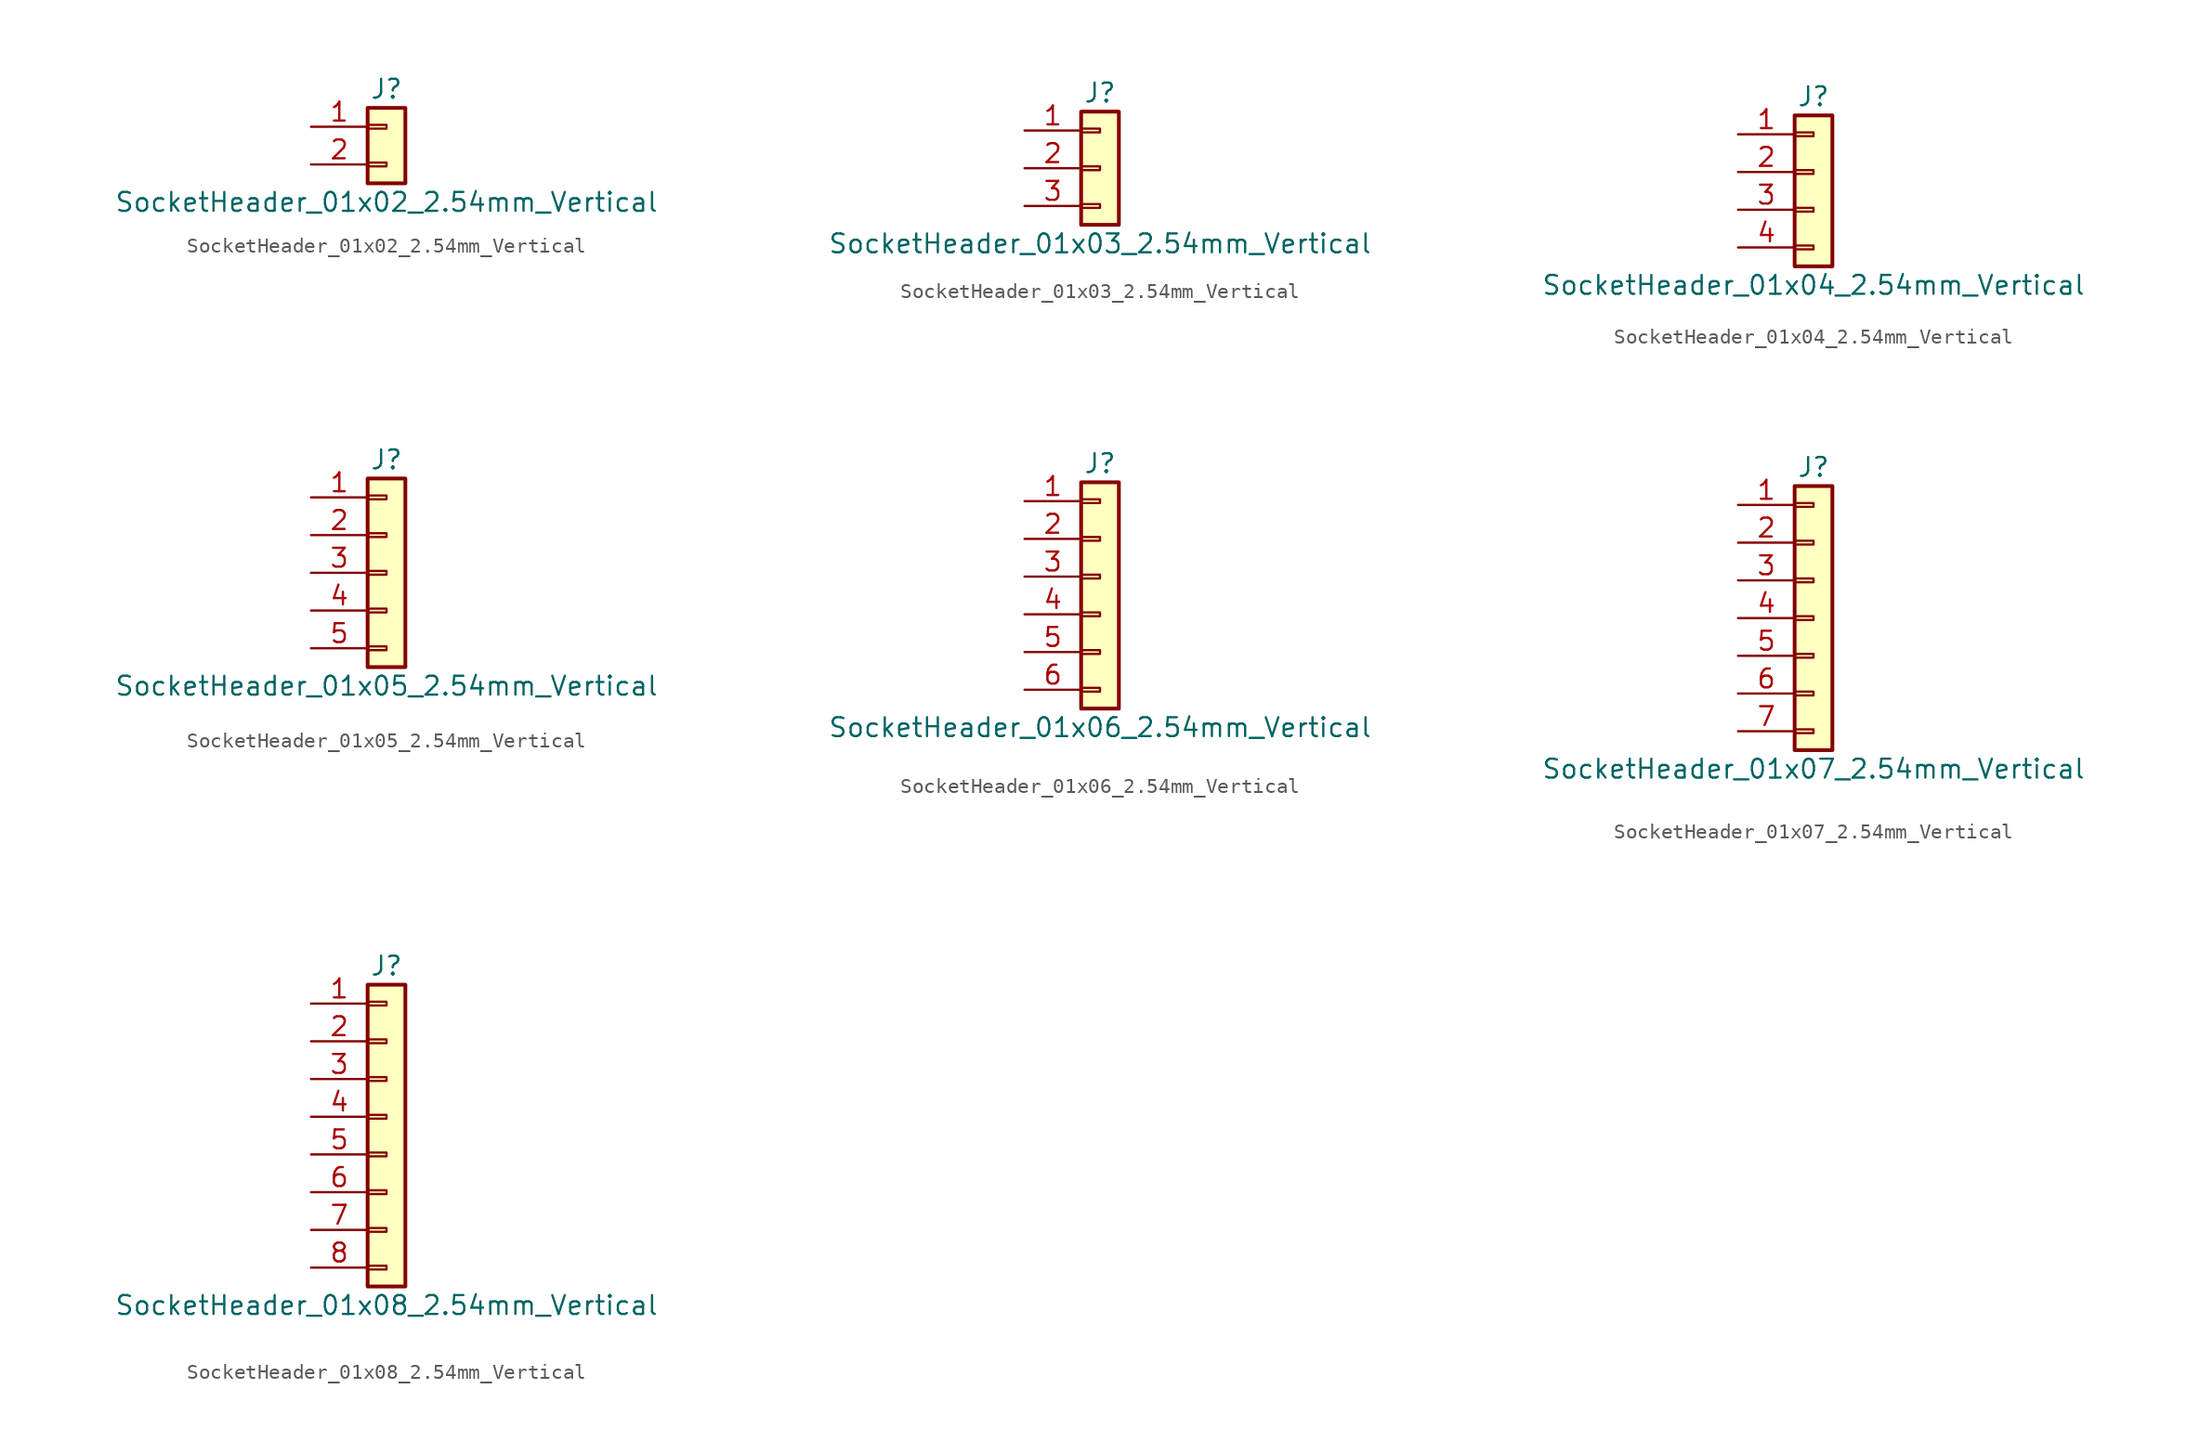
<source format=kicad_sym>
(kicad_symbol_lib
  (version 20241209)
  (generator "kicad_symbol_editor")
  (generator_version "9.0")
  (symbol "SocketHeader_01x02_2.54mm_Vertical"
    (pin_names
      (offset 1.016)
      (hide yes))
    (property "Reference" "J"
      (at 0 2.54 0)
      (effects (font (size 1.27 1.27))))
    (property "Value" "SocketHeader_01x02_2.54mm_Vertical"
      (at 0 -5.08 0)
      (effects (font (size 1.27 1.27))))
    (symbol "SocketHeader_01x02_2.54mm_Vertical_1_1"
      (rectangle (start -1.27 1.27) (end 1.27 -3.81) (stroke (width 0.254) (type default)) (fill (type background)))
      (rectangle (start -1.27 0.127) (end 0 -0.127) (stroke (width 0.152) (type default)) (fill (type none)))
      (rectangle (start -1.27 -2.413) (end 0 -2.667) (stroke (width 0.152) (type default)) (fill (type none)))
      (pin passive line (at -5.08 0 0) (length 3.81) (name "Pin_1" (effects (font (size 1.27 1.27)))) (number "1" (effects (font (size 1.27 1.27)))))
      (pin passive line (at -5.08 -2.54 0) (length 3.81) (name "Pin_2" (effects (font (size 1.27 1.27)))) (number "2" (effects (font (size 1.27 1.27)))))))
  (symbol "SocketHeader_01x03_2.54mm_Vertical"
    (pin_names
      (offset 1.016)
      (hide yes))
    (property "Reference" "J"
      (at 0 5.08 0)
      (effects (font (size 1.27 1.27))))
    (property "Value" "SocketHeader_01x03_2.54mm_Vertical"
      (at 0 -5.08 0)
      (effects (font (size 1.27 1.27))))
    (symbol "SocketHeader_01x03_2.54mm_Vertical_1_1"
      (rectangle (start -1.27 3.81) (end 1.27 -3.81) (stroke (width 0.254) (type default)) (fill (type background)))
      (rectangle (start -1.27 2.667) (end 0 2.413) (stroke (width 0.152) (type default)) (fill (type none)))
      (rectangle (start -1.27 0.127) (end 0 -0.127) (stroke (width 0.152) (type default)) (fill (type none)))
      (rectangle (start -1.27 -2.413) (end 0 -2.667) (stroke (width 0.152) (type default)) (fill (type none)))
      (pin passive line (at -5.08 2.54 0) (length 3.81) (name "Pin_1" (effects (font (size 1.27 1.27)))) (number "1" (effects (font (size 1.27 1.27)))))
      (pin passive line (at -5.08 0 0) (length 3.81) (name "Pin_2" (effects (font (size 1.27 1.27)))) (number "2" (effects (font (size 1.27 1.27)))))
      (pin passive line (at -5.08 -2.54 0) (length 3.81) (name "Pin_3" (effects (font (size 1.27 1.27)))) (number "3" (effects (font (size 1.27 1.27)))))))
  (symbol "SocketHeader_01x04_2.54mm_Vertical"
    (pin_names
      (offset 1.016)
      (hide yes))
    (property "Reference" "J"
      (at 0 5.08 0)
      (effects (font (size 1.27 1.27))))
    (property "Value" "SocketHeader_01x04_2.54mm_Vertical"
      (at 0 -7.62 0)
      (effects (font (size 1.27 1.27))))
    (symbol "SocketHeader_01x04_2.54mm_Vertical_1_1"
      (rectangle (start -1.27 3.81) (end 1.27 -6.35) (stroke (width 0.254) (type default)) (fill (type background)))
      (rectangle (start -1.27 2.667) (end 0 2.413) (stroke (width 0.152) (type default)) (fill (type none)))
      (rectangle (start -1.27 0.127) (end 0 -0.127) (stroke (width 0.152) (type default)) (fill (type none)))
      (rectangle (start -1.27 -2.413) (end 0 -2.667) (stroke (width 0.152) (type default)) (fill (type none)))
      (rectangle (start -1.27 -4.953) (end 0 -5.207) (stroke (width 0.152) (type default)) (fill (type none)))
      (pin passive line (at -5.08 2.54 0) (length 3.81) (name "Pin_1" (effects (font (size 1.27 1.27)))) (number "1" (effects (font (size 1.27 1.27)))))
      (pin passive line (at -5.08 0 0) (length 3.81) (name "Pin_2" (effects (font (size 1.27 1.27)))) (number "2" (effects (font (size 1.27 1.27)))))
      (pin passive line (at -5.08 -2.54 0) (length 3.81) (name "Pin_3" (effects (font (size 1.27 1.27)))) (number "3" (effects (font (size 1.27 1.27)))))
      (pin passive line (at -5.08 -5.08 0) (length 3.81) (name "Pin_4" (effects (font (size 1.27 1.27)))) (number "4" (effects (font (size 1.27 1.27)))))))
  (symbol "SocketHeader_01x05_2.54mm_Vertical"
    (pin_names
      (offset 1.016)
      (hide yes))
    (property "Reference" "J"
      (at 0 7.62 0)
      (effects (font (size 1.27 1.27))))
    (property "Value" "SocketHeader_01x05_2.54mm_Vertical"
      (at 0 -7.62 0)
      (effects (font (size 1.27 1.27))))
    (symbol "SocketHeader_01x05_2.54mm_Vertical_1_1"
      (rectangle (start -1.27 6.35) (end 1.27 -6.35) (stroke (width 0.254) (type default)) (fill (type background)))
      (rectangle (start -1.27 5.207) (end 0 4.953) (stroke (width 0.152) (type default)) (fill (type none)))
      (rectangle (start -1.27 2.667) (end 0 2.413) (stroke (width 0.152) (type default)) (fill (type none)))
      (rectangle (start -1.27 0.127) (end 0 -0.127) (stroke (width 0.152) (type default)) (fill (type none)))
      (rectangle (start -1.27 -2.413) (end 0 -2.667) (stroke (width 0.152) (type default)) (fill (type none)))
      (rectangle (start -1.27 -4.953) (end 0 -5.207) (stroke (width 0.152) (type default)) (fill (type none)))
      (pin passive line (at -5.08 5.08 0) (length 3.81) (name "Pin_1" (effects (font (size 1.27 1.27)))) (number "1" (effects (font (size 1.27 1.27)))))
      (pin passive line (at -5.08 2.54 0) (length 3.81) (name "Pin_2" (effects (font (size 1.27 1.27)))) (number "2" (effects (font (size 1.27 1.27)))))
      (pin passive line (at -5.08 0 0) (length 3.81) (name "Pin_3" (effects (font (size 1.27 1.27)))) (number "3" (effects (font (size 1.27 1.27)))))
      (pin passive line (at -5.08 -2.54 0) (length 3.81) (name "Pin_4" (effects (font (size 1.27 1.27)))) (number "4" (effects (font (size 1.27 1.27)))))
      (pin passive line (at -5.08 -5.08 0) (length 3.81) (name "Pin_5" (effects (font (size 1.27 1.27)))) (number "5" (effects (font (size 1.27 1.27)))))))
  (symbol "SocketHeader_01x06_2.54mm_Vertical"
    (pin_names
      (offset 1.016)
      (hide yes))
    (property "Reference" "J"
      (at 0 7.62 0)
      (effects (font (size 1.27 1.27))))
    (property "Value" "SocketHeader_01x06_2.54mm_Vertical"
      (at 0 -10.16 0)
      (effects (font (size 1.27 1.27))))
    (symbol "SocketHeader_01x06_2.54mm_Vertical_1_1"
      (rectangle (start -1.27 6.35) (end 1.27 -8.89) (stroke (width 0.254) (type default)) (fill (type background)))
      (rectangle (start -1.27 5.207) (end 0 4.953) (stroke (width 0.152) (type default)) (fill (type none)))
      (rectangle (start -1.27 2.667) (end 0 2.413) (stroke (width 0.152) (type default)) (fill (type none)))
      (rectangle (start -1.27 0.127) (end 0 -0.127) (stroke (width 0.152) (type default)) (fill (type none)))
      (rectangle (start -1.27 -2.413) (end 0 -2.667) (stroke (width 0.152) (type default)) (fill (type none)))
      (rectangle (start -1.27 -4.953) (end 0 -5.207) (stroke (width 0.152) (type default)) (fill (type none)))
      (rectangle (start -1.27 -7.493) (end 0 -7.747) (stroke (width 0.152) (type default)) (fill (type none)))
      (pin passive line (at -5.08 5.08 0) (length 3.81) (name "Pin_1" (effects (font (size 1.27 1.27)))) (number "1" (effects (font (size 1.27 1.27)))))
      (pin passive line (at -5.08 2.54 0) (length 3.81) (name "Pin_2" (effects (font (size 1.27 1.27)))) (number "2" (effects (font (size 1.27 1.27)))))
      (pin passive line (at -5.08 0 0) (length 3.81) (name "Pin_3" (effects (font (size 1.27 1.27)))) (number "3" (effects (font (size 1.27 1.27)))))
      (pin passive line (at -5.08 -2.54 0) (length 3.81) (name "Pin_4" (effects (font (size 1.27 1.27)))) (number "4" (effects (font (size 1.27 1.27)))))
      (pin passive line (at -5.08 -5.08 0) (length 3.81) (name "Pin_5" (effects (font (size 1.27 1.27)))) (number "5" (effects (font (size 1.27 1.27)))))
      (pin passive line (at -5.08 -7.62 0) (length 3.81) (name "Pin_6" (effects (font (size 1.27 1.27)))) (number "6" (effects (font (size 1.27 1.27)))))))
  (symbol "SocketHeader_01x07_2.54mm_Vertical"
    (pin_names
      (offset 1.016)
      (hide yes))
    (property "Reference" "J"
      (at 0 10.16 0)
      (effects (font (size 1.27 1.27))))
    (property "Value" "SocketHeader_01x07_2.54mm_Vertical"
      (at 0 -10.16 0)
      (effects (font (size 1.27 1.27))))
    (symbol "SocketHeader_01x07_2.54mm_Vertical_1_1"
      (rectangle (start -1.27 8.89) (end 1.27 -8.89) (stroke (width 0.254) (type default)) (fill (type background)))
      (rectangle (start -1.27 7.747) (end 0 7.493) (stroke (width 0.152) (type default)) (fill (type none)))
      (rectangle (start -1.27 5.207) (end 0 4.953) (stroke (width 0.152) (type default)) (fill (type none)))
      (rectangle (start -1.27 2.667) (end 0 2.413) (stroke (width 0.152) (type default)) (fill (type none)))
      (rectangle (start -1.27 0.127) (end 0 -0.127) (stroke (width 0.152) (type default)) (fill (type none)))
      (rectangle (start -1.27 -2.413) (end 0 -2.667) (stroke (width 0.152) (type default)) (fill (type none)))
      (rectangle (start -1.27 -4.953) (end 0 -5.207) (stroke (width 0.152) (type default)) (fill (type none)))
      (rectangle (start -1.27 -7.493) (end 0 -7.747) (stroke (width 0.152) (type default)) (fill (type none)))
      (pin passive line (at -5.08 7.62 0) (length 3.81) (name "Pin_1" (effects (font (size 1.27 1.27)))) (number "1" (effects (font (size 1.27 1.27)))))
      (pin passive line (at -5.08 5.08 0) (length 3.81) (name "Pin_2" (effects (font (size 1.27 1.27)))) (number "2" (effects (font (size 1.27 1.27)))))
      (pin passive line (at -5.08 2.54 0) (length 3.81) (name "Pin_3" (effects (font (size 1.27 1.27)))) (number "3" (effects (font (size 1.27 1.27)))))
      (pin passive line (at -5.08 0 0) (length 3.81) (name "Pin_4" (effects (font (size 1.27 1.27)))) (number "4" (effects (font (size 1.27 1.27)))))
      (pin passive line (at -5.08 -2.54 0) (length 3.81) (name "Pin_5" (effects (font (size 1.27 1.27)))) (number "5" (effects (font (size 1.27 1.27)))))
      (pin passive line (at -5.08 -5.08 0) (length 3.81) (name "Pin_6" (effects (font (size 1.27 1.27)))) (number "6" (effects (font (size 1.27 1.27)))))
      (pin passive line (at -5.08 -7.62 0) (length 3.81) (name "Pin_7" (effects (font (size 1.27 1.27)))) (number "7" (effects (font (size 1.27 1.27)))))))
  (symbol "SocketHeader_01x08_2.54mm_Vertical"
    (pin_names
      (offset 1.016)
      (hide yes))
    (property "Reference" "J"
      (at 0 10.16 0)
      (effects (font (size 1.27 1.27))))
    (property "Value" "SocketHeader_01x08_2.54mm_Vertical"
      (at 0 -12.7 0)
      (effects (font (size 1.27 1.27))))
    (symbol "SocketHeader_01x08_2.54mm_Vertical_1_1"
      (rectangle (start -1.27 8.89) (end 1.27 -11.43) (stroke (width 0.254) (type default)) (fill (type background)))
      (rectangle (start -1.27 7.747) (end 0 7.493) (stroke (width 0.152) (type default)) (fill (type none)))
      (rectangle (start -1.27 5.207) (end 0 4.953) (stroke (width 0.152) (type default)) (fill (type none)))
      (rectangle (start -1.27 2.667) (end 0 2.413) (stroke (width 0.152) (type default)) (fill (type none)))
      (rectangle (start -1.27 0.127) (end 0 -0.127) (stroke (width 0.152) (type default)) (fill (type none)))
      (rectangle (start -1.27 -2.413) (end 0 -2.667) (stroke (width 0.152) (type default)) (fill (type none)))
      (rectangle (start -1.27 -4.953) (end 0 -5.207) (stroke (width 0.152) (type default)) (fill (type none)))
      (rectangle (start -1.27 -7.493) (end 0 -7.747) (stroke (width 0.152) (type default)) (fill (type none)))
      (rectangle (start -1.27 -10.033) (end 0 -10.287) (stroke (width 0.152) (type default)) (fill (type none)))
      (pin passive line (at -5.08 7.62 0) (length 3.81) (name "Pin_1" (effects (font (size 1.27 1.27)))) (number "1" (effects (font (size 1.27 1.27)))))
      (pin passive line (at -5.08 5.08 0) (length 3.81) (name "Pin_2" (effects (font (size 1.27 1.27)))) (number "2" (effects (font (size 1.27 1.27)))))
      (pin passive line (at -5.08 2.54 0) (length 3.81) (name "Pin_3" (effects (font (size 1.27 1.27)))) (number "3" (effects (font (size 1.27 1.27)))))
      (pin passive line (at -5.08 0 0) (length 3.81) (name "Pin_4" (effects (font (size 1.27 1.27)))) (number "4" (effects (font (size 1.27 1.27)))))
      (pin passive line (at -5.08 -2.54 0) (length 3.81) (name "Pin_5" (effects (font (size 1.27 1.27)))) (number "5" (effects (font (size 1.27 1.27)))))
      (pin passive line (at -5.08 -5.08 0) (length 3.81) (name "Pin_6" (effects (font (size 1.27 1.27)))) (number "6" (effects (font (size 1.27 1.27)))))
      (pin passive line (at -5.08 -7.62 0) (length 3.81) (name "Pin_7" (effects (font (size 1.27 1.27)))) (number "7" (effects (font (size 1.27 1.27)))))
      (pin passive line (at -5.08 -10.16 0) (length 3.81) (name "Pin_8" (effects (font (size 1.27 1.27)))) (number "8" (effects (font (size 1.27 1.27))))))))
</source>
